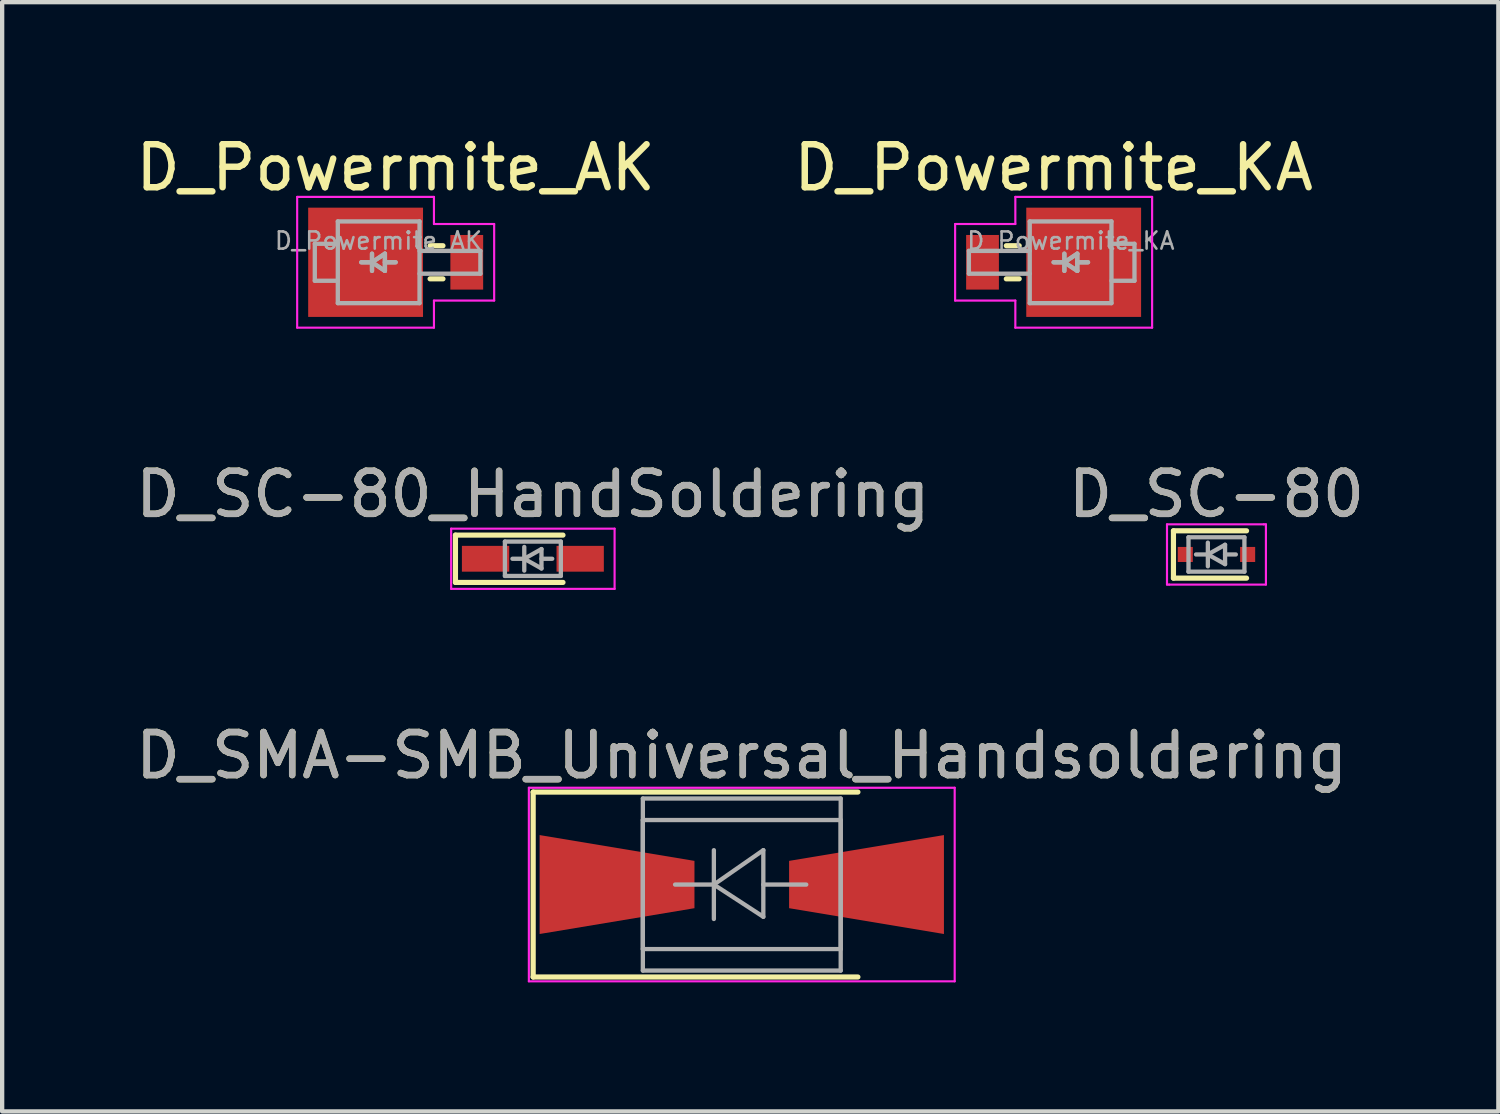
<source format=kicad_pcb>
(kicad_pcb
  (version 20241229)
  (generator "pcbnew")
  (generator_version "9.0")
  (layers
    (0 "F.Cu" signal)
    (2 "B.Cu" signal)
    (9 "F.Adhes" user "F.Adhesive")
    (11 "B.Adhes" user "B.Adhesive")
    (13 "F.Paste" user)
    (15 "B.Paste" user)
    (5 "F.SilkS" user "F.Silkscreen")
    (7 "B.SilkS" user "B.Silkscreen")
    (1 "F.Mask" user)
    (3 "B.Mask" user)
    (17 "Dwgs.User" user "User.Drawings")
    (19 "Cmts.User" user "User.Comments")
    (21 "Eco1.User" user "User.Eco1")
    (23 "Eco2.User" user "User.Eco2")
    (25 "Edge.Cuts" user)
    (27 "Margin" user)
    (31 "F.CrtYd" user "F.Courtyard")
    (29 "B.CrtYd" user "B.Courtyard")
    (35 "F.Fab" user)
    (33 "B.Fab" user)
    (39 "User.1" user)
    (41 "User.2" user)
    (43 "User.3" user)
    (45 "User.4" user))
  (footprint "D_SMA-SMB_Universal_Handsoldering"
    (layer "F.Cu")
    (at 14.196 17.515)
    (property "Reference" "D_SMA-SMB_Universal_Handsoldering" (at 0 -3 0) (layer "F.SilkS") (effects (font (size 1 1) (thickness 0.15))))
    (attr smd)
    (fp_line (start -4.85 -2.15) (end -4.85 2.15) (stroke (width 0.12) (type solid)) (layer "F.SilkS"))
    (fp_line (start -4.85 -2.15) (end 2.7 -2.15) (stroke (width 0.12) (type solid)) (layer "F.SilkS"))
    (fp_line (start -4.85 2.15) (end 2.7 2.15) (stroke (width 0.12) (type solid)) (layer "F.SilkS"))
    (fp_line (start -4.95 -2.25) (end 4.95 -2.25) (stroke (width 0.05) (type solid)) (layer "F.CrtYd"))
    (fp_line (start -4.95 2.25) (end -4.95 -2.25) (stroke (width 0.05) (type solid)) (layer "F.CrtYd"))
    (fp_line (start 4.95 -2.25) (end 4.95 2.25) (stroke (width 0.05) (type solid)) (layer "F.CrtYd"))
    (fp_line (start 4.95 2.25) (end -4.95 2.25) (stroke (width 0.05) (type solid)) (layer "F.CrtYd"))
    (fp_line (start -2.3 1.5) (end -2.3 -1.5) (stroke (width 0.1) (type solid)) (layer "F.Fab"))
    (fp_line (start -2.3 2) (end -2.3 -2) (stroke (width 0.1) (type solid)) (layer "F.Fab"))
    (fp_line (start -0.649 -0.799) (end -0.649 0.801) (stroke (width 0.1) (type solid)) (layer "F.Fab"))
    (fp_line (start -0.649 0.001) (end -1.551 0.001) (stroke (width 0.1) (type solid)) (layer "F.Fab"))
    (fp_line (start -0.649 0.001) (end 0.501 -0.799) (stroke (width 0.1) (type solid)) (layer "F.Fab"))
    (fp_line (start -0.649 0.001) (end 0.501 0.75) (stroke (width 0.1) (type solid)) (layer "F.Fab"))
    (fp_line (start 0.501 0.001) (end 1.499 0.001) (stroke (width 0.1) (type solid)) (layer "F.Fab"))
    (fp_line (start 0.501 0.75) (end 0.501 -0.799) (stroke (width 0.1) (type solid)) (layer "F.Fab"))
    (fp_line (start 2.3 -2) (end -2.3 -2) (stroke (width 0.1) (type solid)) (layer "F.Fab"))
    (fp_line (start 2.3 -2) (end 2.3 2) (stroke (width 0.1) (type solid)) (layer "F.Fab"))
    (fp_line (start 2.3 -1.5) (end -2.3 -1.5) (stroke (width 0.1) (type solid)) (layer "F.Fab"))
    (fp_line (start 2.3 -1.5) (end 2.3 1.5) (stroke (width 0.1) (type solid)) (layer "F.Fab"))
    (fp_line (start 2.3 1.5) (end -2.3 1.5) (stroke (width 0.1) (type solid)) (layer "F.Fab"))
    (fp_line (start 2.3 2) (end -2.3 2) (stroke (width 0.1) (type solid)) (layer "F.Fab"))
    (fp_text user "${REFERENCE}" (at 0 -3 0) (layer "F.Fab") (effects (font (size 1 1) (thickness 0.15))))
    (pad "1" smd trapezoid (at -2.9 0) (size 3.6 1.7) (rect_delta 0.6 0) (layers "F.Cu" "F.Mask" "F.Paste"))
    (pad "2" smd trapezoid (at 2.9 0 180) (size 3.6 1.7) (rect_delta 0.6 0) (layers "F.Cu" "F.Mask" "F.Paste")))
  (footprint "D_Powermite_KA"
    (layer "F.Cu")
    (at 21.446 3.048)
    (property "Reference" "D_Powermite_KA" (at 0 -2.2 0) (layer "F.SilkS") (effects (font (size 1 1) (thickness 0.15))))
    (attr smd)
    (fp_line (start -1.1 -0.385) (end -0.8 -0.385) (stroke (width 0.12) (type solid)) (layer "F.SilkS"))
    (fp_line (start -1.1 0.385) (end -0.8 0.385) (stroke (width 0.12) (type solid)) (layer "F.SilkS"))
    (fp_line (start -2.29 -0.89) (end -2.29 0.89) (stroke (width 0.05) (type solid)) (layer "F.CrtYd"))
    (fp_line (start -2.29 0.89) (end -0.89 0.89) (stroke (width 0.05) (type solid)) (layer "F.CrtYd"))
    (fp_line (start -0.89 -1.52) (end -0.89 -0.89) (stroke (width 0.05) (type solid)) (layer "F.CrtYd"))
    (fp_line (start -0.89 -0.89) (end -2.29 -0.89) (stroke (width 0.05) (type solid)) (layer "F.CrtYd"))
    (fp_line (start -0.89 0.89) (end -0.89 1.52) (stroke (width 0.05) (type solid)) (layer "F.CrtYd"))
    (fp_line (start -0.89 1.52) (end 2.29 1.52) (stroke (width 0.05) (type solid)) (layer "F.CrtYd"))
    (fp_line (start 2.29 -1.52) (end -0.89 -1.52) (stroke (width 0.05) (type solid)) (layer "F.CrtYd"))
    (fp_line (start 2.29 1.52) (end 2.29 -1.52) (stroke (width 0.05) (type solid)) (layer "F.CrtYd"))
    (fp_line (start -1.97 -0.265) (end -1.97 0.265) (stroke (width 0.1) (type solid)) (layer "F.Fab"))
    (fp_line (start -1.97 -0.265) (end -0.555 -0.265) (stroke (width 0.1) (type solid)) (layer "F.Fab"))
    (fp_line (start -1.97 0.265) (end -0.555 0.265) (stroke (width 0.1) (type solid)) (layer "F.Fab"))
    (fp_line (start -0.555 -0.95) (end -0.555 0.95) (stroke (width 0.1) (type solid)) (layer "F.Fab"))
    (fp_line (start -0.555 0.95) (end 1.345 0.95) (stroke (width 0.1) (type solid)) (layer "F.Fab"))
    (fp_line (start 0.25 0) (end 0 0) (stroke (width 0.1) (type solid)) (layer "F.Fab"))
    (fp_line (start 0.25 0) (end 0 0) (stroke (width 0.1) (type solid)) (layer "F.Fab"))
    (fp_line (start 0.25 0) (end 0.55 0.2) (stroke (width 0.1) (type solid)) (layer "F.Fab"))
    (fp_line (start 0.25 0) (end 0.55 0.2) (stroke (width 0.1) (type solid)) (layer "F.Fab"))
    (fp_line (start 0.25 0.2) (end 0.25 -0.2) (stroke (width 0.1) (type solid)) (layer "F.Fab"))
    (fp_line (start 0.25 0.2) (end 0.25 -0.2) (stroke (width 0.1) (type solid)) (layer "F.Fab"))
    (fp_line (start 0.55 -0.2) (end 0.25 0) (stroke (width 0.1) (type solid)) (layer "F.Fab"))
    (fp_line (start 0.55 -0.2) (end 0.25 0) (stroke (width 0.1) (type solid)) (layer "F.Fab"))
    (fp_line (start 0.55 0) (end 0.8 0) (stroke (width 0.1) (type solid)) (layer "F.Fab"))
    (fp_line (start 0.55 0) (end 0.8 0) (stroke (width 0.1) (type solid)) (layer "F.Fab"))
    (fp_line (start 0.55 0.2) (end 0.55 -0.2) (stroke (width 0.1) (type solid)) (layer "F.Fab"))
    (fp_line (start 0.55 0.2) (end 0.55 -0.2) (stroke (width 0.1) (type solid)) (layer "F.Fab"))
    (fp_line (start 1.345 -0.95) (end -0.555 -0.95) (stroke (width 0.1) (type solid)) (layer "F.Fab"))
    (fp_line (start 1.345 -0.43) (end 1.88 -0.43) (stroke (width 0.1) (type solid)) (layer "F.Fab"))
    (fp_line (start 1.345 0.95) (end 1.345 -0.95) (stroke (width 0.1) (type solid)) (layer "F.Fab"))
    (fp_line (start 1.88 -0.43) (end 1.88 0.43) (stroke (width 0.1) (type solid)) (layer "F.Fab"))
    (fp_line (start 1.88 0.43) (end 1.345 0.43) (stroke (width 0.1) (type solid)) (layer "F.Fab"))
    (fp_text user "${REFERENCE}" (at 0.4 -0.5 0) (layer "F.Fab") (effects (font (size 0.4 0.4) (thickness 0.06))))
    (pad "1" smd rect (at -1.653 0) (size 0.762 1.27) (layers "F.Cu" "F.Mask" "F.Paste"))
    (pad "2" smd rect (at 0.699 0) (size 2.67 2.54) (layers "F.Cu" "F.Mask" "F.Paste")))
  (footprint "D_SC-80"
    (layer "F.Cu")
    (at 25.232 9.841)
    (property "Reference" "D_SC-80" (at 0 -1.4 0) (layer "F.SilkS") (effects (font (size 1 1) (thickness 0.15))))
    (attr smd)
    (fp_line (start -1 -0.55) (end -1 0.55) (stroke (width 0.12) (type solid)) (layer "F.SilkS"))
    (fp_line (start -1 0.55) (end 0.7 0.55) (stroke (width 0.12) (type solid)) (layer "F.SilkS"))
    (fp_line (start 0.7 -0.55) (end -1 -0.55) (stroke (width 0.12) (type solid)) (layer "F.SilkS"))
    (fp_line (start -1.15 -0.7) (end 1.1 -0.7) (stroke (width 0.05) (type solid)) (layer "F.CrtYd"))
    (fp_line (start -1.15 0.65) (end -1.15 -0.7) (stroke (width 0.05) (type solid)) (layer "F.CrtYd"))
    (fp_line (start -1.15 0.65) (end -1.15 0.7) (stroke (width 0.05) (type solid)) (layer "F.CrtYd"))
    (fp_line (start -1.15 0.7) (end -1.1 0.7) (stroke (width 0.05) (type solid)) (layer "F.CrtYd"))
    (fp_line (start 1.1 -0.7) (end 1.15 -0.7) (stroke (width 0.05) (type solid)) (layer "F.CrtYd"))
    (fp_line (start 1.15 -0.7) (end 1.15 -0.65) (stroke (width 0.05) (type solid)) (layer "F.CrtYd"))
    (fp_line (start 1.15 -0.65) (end 1.15 0.7) (stroke (width 0.05) (type solid)) (layer "F.CrtYd"))
    (fp_line (start 1.15 0.7) (end -1.1 0.7) (stroke (width 0.05) (type solid)) (layer "F.CrtYd"))
    (fp_line (start -0.65 -0.4) (end 0.65 -0.4) (stroke (width 0.1) (type solid)) (layer "F.Fab"))
    (fp_line (start -0.65 0.4) (end -0.65 -0.4) (stroke (width 0.1) (type solid)) (layer "F.Fab"))
    (fp_line (start -0.2 -0.275) (end -0.2 0.275) (stroke (width 0.1) (type solid)) (layer "F.Fab"))
    (fp_line (start -0.2 0) (end -0.475 0) (stroke (width 0.1) (type solid)) (layer "F.Fab"))
    (fp_line (start -0.2 0) (end 0.2 -0.225) (stroke (width 0.1) (type solid)) (layer "F.Fab"))
    (fp_line (start 0.2 -0.225) (end 0.2 0.225) (stroke (width 0.1) (type solid)) (layer "F.Fab"))
    (fp_line (start 0.2 0) (end 0.45 0) (stroke (width 0.1) (type solid)) (layer "F.Fab"))
    (fp_line (start 0.2 0.225) (end -0.2 0) (stroke (width 0.1) (type solid)) (layer "F.Fab"))
    (fp_line (start 0.65 -0.4) (end 0.65 0.4) (stroke (width 0.1) (type solid)) (layer "F.Fab"))
    (fp_line (start 0.65 0.4) (end -0.65 0.4) (stroke (width 0.1) (type solid)) (layer "F.Fab"))
    (fp_text user "${REFERENCE}" (at 0 -1.4 0) (layer "F.Fab") (effects (font (size 1 1) (thickness 0.15))))
    (pad "1" smd rect (at -0.725 0) (size 0.35 0.35) (layers "F.Cu" "F.Mask" "F.Paste"))
    (pad "2" smd rect (at 0.725 0) (size 0.35 0.35) (layers "F.Cu" "F.Mask" "F.Paste")))
  (footprint "D_Powermite_AK"
    (layer "F.Cu")
    (at 6.149 3.048)
    (property "Reference" "D_Powermite_AK" (at 0 -2.2 0) (layer "F.SilkS") (effects (font (size 1 1) (thickness 0.15))))
    (attr smd)
    (fp_line (start 1.1 -0.385) (end 0.8 -0.385) (stroke (width 0.12) (type solid)) (layer "F.SilkS"))
    (fp_line (start 1.1 0.385) (end 0.8 0.385) (stroke (width 0.12) (type solid)) (layer "F.SilkS"))
    (fp_line (start -2.29 -1.52) (end -2.29 1.52) (stroke (width 0.05) (type solid)) (layer "F.CrtYd"))
    (fp_line (start -2.29 1.52) (end 0.89 1.52) (stroke (width 0.05) (type solid)) (layer "F.CrtYd"))
    (fp_line (start 0.89 -1.52) (end -2.29 -1.52) (stroke (width 0.05) (type solid)) (layer "F.CrtYd"))
    (fp_line (start 0.89 -0.89) (end 0.89 -1.52) (stroke (width 0.05) (type solid)) (layer "F.CrtYd"))
    (fp_line (start 0.89 0.89) (end 2.29 0.89) (stroke (width 0.05) (type solid)) (layer "F.CrtYd"))
    (fp_line (start 0.89 1.52) (end 0.89 0.89) (stroke (width 0.05) (type solid)) (layer "F.CrtYd"))
    (fp_line (start 2.29 -0.89) (end 0.89 -0.89) (stroke (width 0.05) (type solid)) (layer "F.CrtYd"))
    (fp_line (start 2.29 0.89) (end 2.29 -0.89) (stroke (width 0.05) (type solid)) (layer "F.CrtYd"))
    (fp_line (start -1.88 -0.43) (end -1.345 -0.43) (stroke (width 0.1) (type solid)) (layer "F.Fab"))
    (fp_line (start -1.88 0.43) (end -1.88 -0.43) (stroke (width 0.1) (type solid)) (layer "F.Fab"))
    (fp_line (start -1.345 -0.95) (end -1.345 0.95) (stroke (width 0.1) (type solid)) (layer "F.Fab"))
    (fp_line (start -1.345 0.43) (end -1.88 0.43) (stroke (width 0.1) (type solid)) (layer "F.Fab"))
    (fp_line (start -1.345 0.95) (end 0.555 0.95) (stroke (width 0.1) (type solid)) (layer "F.Fab"))
    (fp_line (start -0.55 0) (end -0.8 0) (stroke (width 0.1) (type solid)) (layer "F.Fab"))
    (fp_line (start -0.55 0) (end -0.8 0) (stroke (width 0.1) (type solid)) (layer "F.Fab"))
    (fp_line (start -0.55 0) (end -0.25 0.2) (stroke (width 0.1) (type solid)) (layer "F.Fab"))
    (fp_line (start -0.55 0) (end -0.25 0.2) (stroke (width 0.1) (type solid)) (layer "F.Fab"))
    (fp_line (start -0.55 0.2) (end -0.55 -0.2) (stroke (width 0.1) (type solid)) (layer "F.Fab"))
    (fp_line (start -0.55 0.2) (end -0.55 -0.2) (stroke (width 0.1) (type solid)) (layer "F.Fab"))
    (fp_line (start -0.25 -0.2) (end -0.55 0) (stroke (width 0.1) (type solid)) (layer "F.Fab"))
    (fp_line (start -0.25 -0.2) (end -0.55 0) (stroke (width 0.1) (type solid)) (layer "F.Fab"))
    (fp_line (start -0.25 0) (end 0 0) (stroke (width 0.1) (type solid)) (layer "F.Fab"))
    (fp_line (start -0.25 0) (end 0 0) (stroke (width 0.1) (type solid)) (layer "F.Fab"))
    (fp_line (start -0.25 0.2) (end -0.25 -0.2) (stroke (width 0.1) (type solid)) (layer "F.Fab"))
    (fp_line (start -0.25 0.2) (end -0.25 -0.2) (stroke (width 0.1) (type solid)) (layer "F.Fab"))
    (fp_line (start 0.555 -0.95) (end -1.345 -0.95) (stroke (width 0.1) (type solid)) (layer "F.Fab"))
    (fp_line (start 0.555 0.95) (end 0.555 -0.95) (stroke (width 0.1) (type solid)) (layer "F.Fab"))
    (fp_line (start 1.97 -0.265) (end 0.555 -0.265) (stroke (width 0.1) (type solid)) (layer "F.Fab"))
    (fp_line (start 1.97 0.265) (end 0.555 0.265) (stroke (width 0.1) (type solid)) (layer "F.Fab"))
    (fp_line (start 1.97 0.265) (end 1.97 -0.265) (stroke (width 0.1) (type solid)) (layer "F.Fab"))
    (fp_text user "${REFERENCE}" (at -0.4 -0.5 0) (layer "F.Fab") (effects (font (size 0.4 0.4) (thickness 0.06))))
    (pad "1" smd rect (at -0.699 0) (size 2.67 2.54) (layers "F.Cu" "F.Mask" "F.Paste"))
    (pad "2" smd rect (at 1.653 0) (size 0.762 1.27) (layers "F.Cu" "F.Mask" "F.Paste")))
  (footprint "D_SC-80_HandSoldering"
    (layer "F.Cu")
    (at 9.339 9.941)
    (property "Reference" "D_SC-80_HandSoldering" (at 0 -1.5 0) (layer "F.SilkS") (effects (font (size 1 1) (thickness 0.15))))
    (attr smd)
    (fp_line (start -1.8 -0.55) (end -1.8 0.55) (stroke (width 0.12) (type solid)) (layer "F.SilkS"))
    (fp_line (start -1.8 -0.55) (end 0.7 -0.55) (stroke (width 0.12) (type solid)) (layer "F.SilkS"))
    (fp_line (start -1.8 0.55) (end 0.7 0.55) (stroke (width 0.12) (type solid)) (layer "F.SilkS"))
    (fp_line (start -1.9 0.7) (end -1.9 -0.7) (stroke (width 0.05) (type solid)) (layer "F.CrtYd"))
    (fp_line (start -1.9 0.7) (end 1.9 0.7) (stroke (width 0.05) (type solid)) (layer "F.CrtYd"))
    (fp_line (start 1.9 -0.7) (end -1.9 -0.7) (stroke (width 0.05) (type solid)) (layer "F.CrtYd"))
    (fp_line (start 1.9 -0.7) (end 1.9 0.7) (stroke (width 0.05) (type solid)) (layer "F.CrtYd"))
    (fp_line (start -0.65 -0.4) (end 0.65 -0.4) (stroke (width 0.1) (type solid)) (layer "F.Fab"))
    (fp_line (start -0.65 0.4) (end -0.65 -0.4) (stroke (width 0.1) (type solid)) (layer "F.Fab"))
    (fp_line (start -0.2 -0.275) (end -0.2 0.275) (stroke (width 0.1) (type solid)) (layer "F.Fab"))
    (fp_line (start -0.2 0) (end -0.475 0) (stroke (width 0.1) (type solid)) (layer "F.Fab"))
    (fp_line (start -0.2 0) (end 0.2 -0.225) (stroke (width 0.1) (type solid)) (layer "F.Fab"))
    (fp_line (start 0.2 -0.225) (end 0.2 0.225) (stroke (width 0.1) (type solid)) (layer "F.Fab"))
    (fp_line (start 0.2 0) (end 0.45 0) (stroke (width 0.1) (type solid)) (layer "F.Fab"))
    (fp_line (start 0.2 0.225) (end -0.2 0) (stroke (width 0.1) (type solid)) (layer "F.Fab"))
    (fp_line (start 0.65 -0.4) (end 0.65 0.4) (stroke (width 0.1) (type solid)) (layer "F.Fab"))
    (fp_line (start 0.65 0.4) (end -0.65 0.4) (stroke (width 0.1) (type solid)) (layer "F.Fab"))
    (fp_text user "${REFERENCE}" (at 0 -1.5 0) (layer "F.Fab") (effects (font (size 1 1) (thickness 0.15))))
    (pad "1" smd rect (at -1.1 0) (size 1.1 0.6) (layers "F.Cu" "F.Mask" "F.Paste"))
    (pad "2" smd rect (at 1.1 0) (size 1.1 0.6) (layers "F.Cu" "F.Mask" "F.Paste")))
  (gr_rect
    (start -3 -3)
    (end 31.786 22.79)
    (stroke (width 0.1) (type default))
    (fill no)
    (layer "Edge.Cuts")))
</source>
